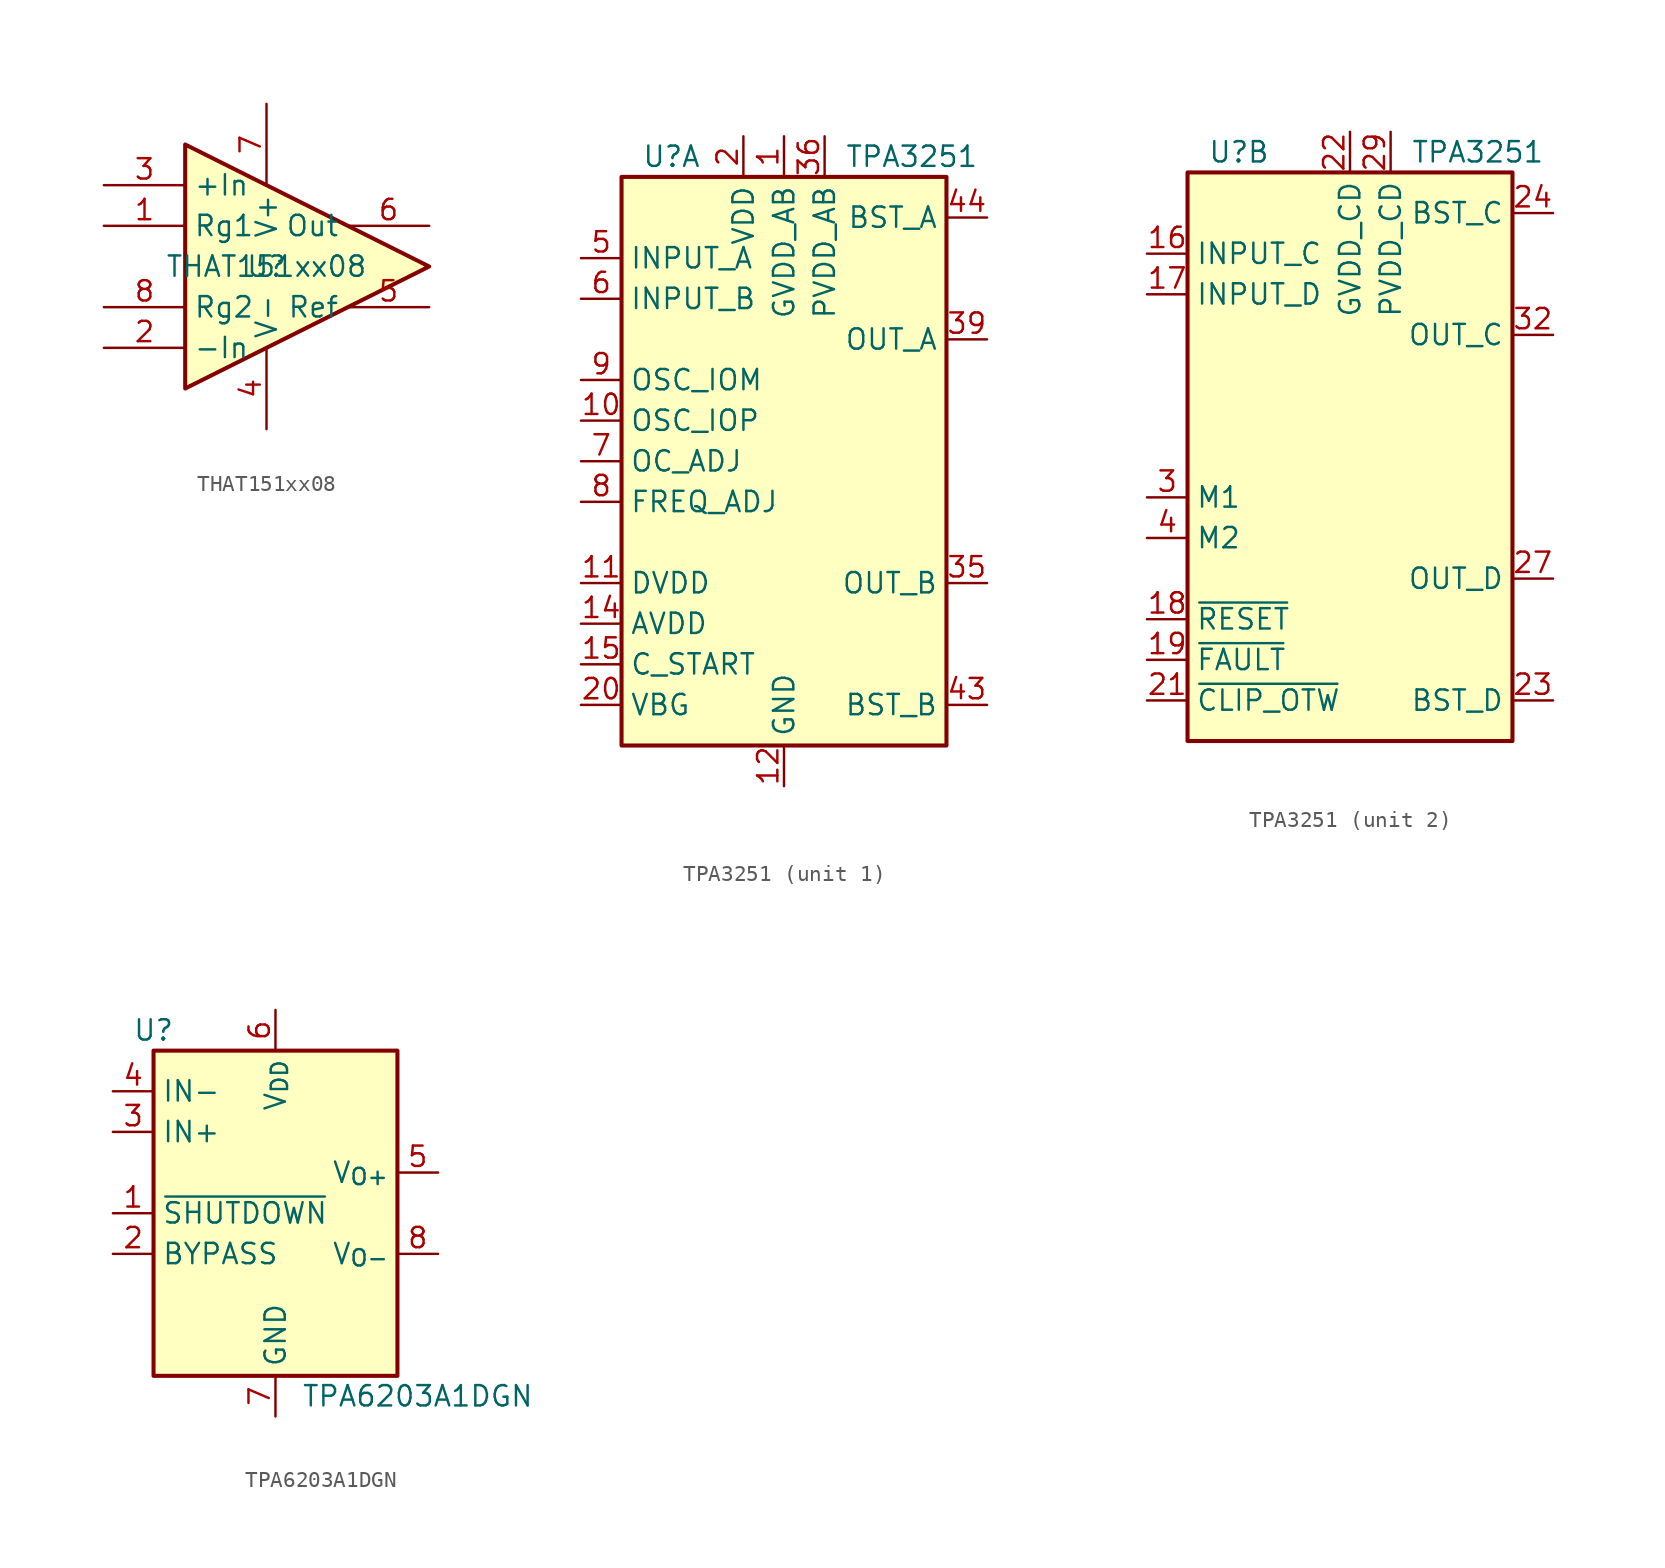
<source format=kicad_sym>
(kicad_symbol_lib
  (version 20241209)
  (generator "kicad_symbol_editor")
  (generator_version "9.0")
  (symbol "THAT151xx08"
    (property "Reference" "U"
      (at 0 0 0)
      (effects (font (size 1.27 1.27))))
    (property "Value" "THAT151xx08"
      (at 0 0 0)
      (effects (font (size 1.27 1.27))))
    (symbol "THAT151xx08_0_1"
      (polyline (pts (xy -5.08 7.62) (xy -5.08 -7.62) (xy 10.16 0) (xy -5.08 7.62)) (stroke (width 0.254) (type default)) (fill (type background))))
    (symbol "THAT151xx08_1_1"
      (pin input line (at -10.16 5.08 0) (length 5.08) (name "+In" (effects (font (size 1.27 1.27)))) (number "3" (effects (font (size 1.27 1.27)))))
      (pin passive line (at -10.16 2.54 0) (length 5.08) (name "Rg1" (effects (font (size 1.27 1.27)))) (number "1" (effects (font (size 1.27 1.27)))))
      (pin passive line (at -10.16 -2.54 0) (length 5.08) (name "Rg2" (effects (font (size 1.27 1.27)))) (number "8" (effects (font (size 1.27 1.27)))))
      (pin input line (at -10.16 -5.08 0) (length 5.08) (name "-In" (effects (font (size 1.27 1.27)))) (number "2" (effects (font (size 1.27 1.27)))))
      (pin power_in line (at 0 10.16 270) (length 5.08) (name "V+" (effects (font (size 1.27 1.27)))) (number "7" (effects (font (size 1.27 1.27)))))
      (pin power_in line (at 0 -10.16 90) (length 5.08) (name "V-" (effects (font (size 1.27 1.27)))) (number "4" (effects (font (size 1.27 1.27)))))
      (pin output line (at 10.16 2.54 180) (length 5.08) (name "Out" (effects (font (size 1.27 1.27)))) (number "6" (effects (font (size 1.27 1.27)))))
      (pin output line (at 10.16 -2.54 180) (length 5.08) (name "Ref" (effects (font (size 1.27 1.27)))) (number "5" (effects (font (size 1.27 1.27)))))))
  (symbol "TPA3251"
    (property "Reference" "U"
      (at -8.89 19.05 0)
      (effects (font (size 1.27 1.27)) (justify left)))
    (property "Value" "TPA3251"
      (at 3.81 19.05 0)
      (effects (font (size 1.27 1.27)) (justify left)))
    (property "ki_locked" ""
      (at 0 0 0)
      (effects (font (size 1.27 1.27))))
    (symbol "TPA3251_0_1"
      (rectangle (start -10.16 -17.78) (end 10.16 17.78) (stroke (width 0.254) (type default)) (fill (type background))))
    (symbol "TPA3251_1_1"
      (pin input line (at -12.7 12.7 0) (length 2.54) (name "INPUT_A" (effects (font (size 1.27 1.27)))) (number "5" (effects (font (size 1.27 1.27)))))
      (pin input line (at -12.7 10.16 0) (length 2.54) (name "INPUT_B" (effects (font (size 1.27 1.27)))) (number "6" (effects (font (size 1.27 1.27)))))
      (pin bidirectional line (at -12.7 5.08 0) (length 2.54) (name "OSC_IOM" (effects (font (size 1.27 1.27)))) (number "9" (effects (font (size 1.27 1.27)))))
      (pin bidirectional line (at -12.7 2.54 0) (length 2.54) (name "OSC_IOP" (effects (font (size 1.27 1.27)))) (number "10" (effects (font (size 1.27 1.27)))))
      (pin passive line (at -12.7 0 0) (length 2.54) (name "OC_ADJ" (effects (font (size 1.27 1.27)))) (number "7" (effects (font (size 1.27 1.27)))))
      (pin passive line (at -12.7 -2.54 0) (length 2.54) (name "FREQ_ADJ" (effects (font (size 1.27 1.27)))) (number "8" (effects (font (size 1.27 1.27)))))
      (pin passive line (at -12.7 -7.62 0) (length 2.54) (name "DVDD" (effects (font (size 1.27 1.27)))) (number "11" (effects (font (size 1.27 1.27)))))
      (pin passive line (at -12.7 -10.16 0) (length 2.54) (name "AVDD" (effects (font (size 1.27 1.27)))) (number "14" (effects (font (size 1.27 1.27)))))
      (pin passive line (at -12.7 -12.7 0) (length 2.54) (name "C_START" (effects (font (size 1.27 1.27)))) (number "15" (effects (font (size 1.27 1.27)))))
      (pin passive line (at -12.7 -15.24 0) (length 2.54) (name "VBG" (effects (font (size 1.27 1.27)))) (number "20" (effects (font (size 1.27 1.27)))))
      (pin power_in line (at -2.54 20.32 270) (length 2.54) (name "VDD" (effects (font (size 1.27 1.27)))) (number "2" (effects (font (size 1.27 1.27)))))
      (pin power_in line (at 0 20.32 270) (length 2.54) (name "GVDD_AB" (effects (font (size 1.27 1.27)))) (number "1" (effects (font (size 1.27 1.27)))))
      (pin power_in line (at 0 -20.32 90) (length 2.54) (name "GND" (effects (font (size 1.27 1.27)))) (number "12" (effects (font (size 1.27 1.27)))))
      (pin passive line (at 0 -20.32 90) (length 2.54) (hide yes) (name "GND" (effects (font (size 1.27 1.27)))) (number "13" (effects (font (size 1.27 1.27)))))
      (pin passive line (at 0 -20.32 90) (length 2.54) (hide yes) (name "GND" (effects (font (size 1.27 1.27)))) (number "25" (effects (font (size 1.27 1.27)))))
      (pin passive line (at 0 -20.32 90) (length 2.54) (hide yes) (name "GND" (effects (font (size 1.27 1.27)))) (number "26" (effects (font (size 1.27 1.27)))))
      (pin passive line (at 0 -20.32 90) (length 2.54) (hide yes) (name "GND" (effects (font (size 1.27 1.27)))) (number "33" (effects (font (size 1.27 1.27)))))
      (pin passive line (at 0 -20.32 90) (length 2.54) (hide yes) (name "GND" (effects (font (size 1.27 1.27)))) (number "34" (effects (font (size 1.27 1.27)))))
      (pin passive line (at 0 -20.32 90) (length 2.54) (hide yes) (name "GND" (effects (font (size 1.27 1.27)))) (number "41" (effects (font (size 1.27 1.27)))))
      (pin passive line (at 0 -20.32 90) (length 2.54) (hide yes) (name "GND" (effects (font (size 1.27 1.27)))) (number "42" (effects (font (size 1.27 1.27)))))
      (pin power_in line (at 2.54 20.32 270) (length 2.54) (name "PVDD_AB" (effects (font (size 1.27 1.27)))) (number "36" (effects (font (size 1.27 1.27)))))
      (pin passive line (at 2.54 20.32 270) (length 2.54) (hide yes) (name "PVDD_AB" (effects (font (size 1.27 1.27)))) (number "37" (effects (font (size 1.27 1.27)))))
      (pin passive line (at 2.54 20.32 270) (length 2.54) (hide yes) (name "PVDD_AB" (effects (font (size 1.27 1.27)))) (number "38" (effects (font (size 1.27 1.27)))))
      (pin passive line (at 12.7 15.24 180) (length 2.54) (name "BST_A" (effects (font (size 1.27 1.27)))) (number "44" (effects (font (size 1.27 1.27)))))
      (pin output line (at 12.7 7.62 180) (length 2.54) (name "OUT_A" (effects (font (size 1.27 1.27)))) (number "39" (effects (font (size 1.27 1.27)))))
      (pin passive line (at 12.7 7.62 180) (length 2.54) (hide yes) (name "OUT_A" (effects (font (size 1.27 1.27)))) (number "40" (effects (font (size 1.27 1.27)))))
      (pin output line (at 12.7 -7.62 180) (length 2.54) (name "OUT_B" (effects (font (size 1.27 1.27)))) (number "35" (effects (font (size 1.27 1.27)))))
      (pin passive line (at 12.7 -15.24 180) (length 2.54) (name "BST_B" (effects (font (size 1.27 1.27)))) (number "43" (effects (font (size 1.27 1.27))))))
    (symbol "TPA3251_2_1"
      (pin input line (at -12.7 12.7 0) (length 2.54) (name "INPUT_C" (effects (font (size 1.27 1.27)))) (number "16" (effects (font (size 1.27 1.27)))))
      (pin input line (at -12.7 10.16 0) (length 2.54) (name "INPUT_D" (effects (font (size 1.27 1.27)))) (number "17" (effects (font (size 1.27 1.27)))))
      (pin input line (at -12.7 -2.54 0) (length 2.54) (name "M1" (effects (font (size 1.27 1.27)))) (number "3" (effects (font (size 1.27 1.27)))))
      (pin input line (at -12.7 -5.08 0) (length 2.54) (name "M2" (effects (font (size 1.27 1.27)))) (number "4" (effects (font (size 1.27 1.27)))))
      (pin input line (at -12.7 -10.16 0) (length 2.54) (name "~{RESET}" (effects (font (size 1.27 1.27)))) (number "18" (effects (font (size 1.27 1.27)))))
      (pin open_collector line (at -12.7 -12.7 0) (length 2.54) (name "~{FAULT}" (effects (font (size 1.27 1.27)))) (number "19" (effects (font (size 1.27 1.27)))))
      (pin open_collector line (at -12.7 -15.24 0) (length 2.54) (name "~{CLIP_OTW}" (effects (font (size 1.27 1.27)))) (number "21" (effects (font (size 1.27 1.27)))))
      (pin power_in line (at 0 20.32 270) (length 2.54) (name "GVDD_CD" (effects (font (size 1.27 1.27)))) (number "22" (effects (font (size 1.27 1.27)))))
      (pin power_in line (at 2.54 20.32 270) (length 2.54) (name "PVDD_CD" (effects (font (size 1.27 1.27)))) (number "29" (effects (font (size 1.27 1.27)))))
      (pin passive line (at 2.54 20.32 270) (length 2.54) (hide yes) (name "PVDD_CD" (effects (font (size 1.27 1.27)))) (number "30" (effects (font (size 1.27 1.27)))))
      (pin passive line (at 2.54 20.32 270) (length 2.54) (hide yes) (name "PVDD_CD" (effects (font (size 1.27 1.27)))) (number "31" (effects (font (size 1.27 1.27)))))
      (pin passive line (at 12.7 15.24 180) (length 2.54) (name "BST_C" (effects (font (size 1.27 1.27)))) (number "24" (effects (font (size 1.27 1.27)))))
      (pin output line (at 12.7 7.62 180) (length 2.54) (name "OUT_C" (effects (font (size 1.27 1.27)))) (number "32" (effects (font (size 1.27 1.27)))))
      (pin output line (at 12.7 -7.62 180) (length 2.54) (name "OUT_D" (effects (font (size 1.27 1.27)))) (number "27" (effects (font (size 1.27 1.27)))))
      (pin passive line (at 12.7 -7.62 180) (length 2.54) (hide yes) (name "OUT_D" (effects (font (size 1.27 1.27)))) (number "28" (effects (font (size 1.27 1.27)))))
      (pin passive line (at 12.7 -15.24 180) (length 2.54) (name "BST_D" (effects (font (size 1.27 1.27)))) (number "23" (effects (font (size 1.27 1.27)))))))
  (symbol "TPA6203A1DGN"
    (property "Reference" "U"
      (at -7.62 11.43 0)
      (effects (font (size 1.27 1.27))))
    (property "Value" "TPA6203A1DGN"
      (at 8.89 -11.43 0)
      (effects (font (size 1.27 1.27))))
    (symbol "TPA6203A1DGN_0_1"
      (rectangle (start -7.62 10.16) (end 7.62 -10.16) (stroke (width 0.254) (type default)) (fill (type background))))
    (symbol "TPA6203A1DGN_1_1"
      (pin input line (at -10.16 7.62 0) (length 2.54) (name "IN-" (effects (font (size 1.27 1.27)))) (number "4" (effects (font (size 1.27 1.27)))))
      (pin input line (at -10.16 5.08 0) (length 2.54) (name "IN+" (effects (font (size 1.27 1.27)))) (number "3" (effects (font (size 1.27 1.27)))))
      (pin input line (at -10.16 0 0) (length 2.54) (name "~{SHUTDOWN}" (effects (font (size 1.27 1.27)))) (number "1" (effects (font (size 1.27 1.27)))))
      (pin input line (at -10.16 -2.54 0) (length 2.54) (name "BYPASS" (effects (font (size 1.27 1.27)))) (number "2" (effects (font (size 1.27 1.27)))))
      (pin power_in line (at 0 12.7 270) (length 2.54) (name "V_{DD}" (effects (font (size 1.27 1.27)))) (number "6" (effects (font (size 1.27 1.27)))))
      (pin power_in line (at 0 -12.7 90) (length 2.54) (name "GND" (effects (font (size 1.27 1.27)))) (number "7" (effects (font (size 1.27 1.27)))))
      (pin passive line (at 0 -12.7 90) (length 2.54) (hide yes) (name "GND" (effects (font (size 1.27 1.27)))) (number "9" (effects (font (size 1.27 1.27)))))
      (pin output line (at 10.16 2.54 180) (length 2.54) (name "V_{O+}" (effects (font (size 1.27 1.27)))) (number "5" (effects (font (size 1.27 1.27)))))
      (pin output line (at 10.16 -2.54 180) (length 2.54) (name "V_{O-}" (effects (font (size 1.27 1.27)))) (number "8" (effects (font (size 1.27 1.27))))))))
</source>
